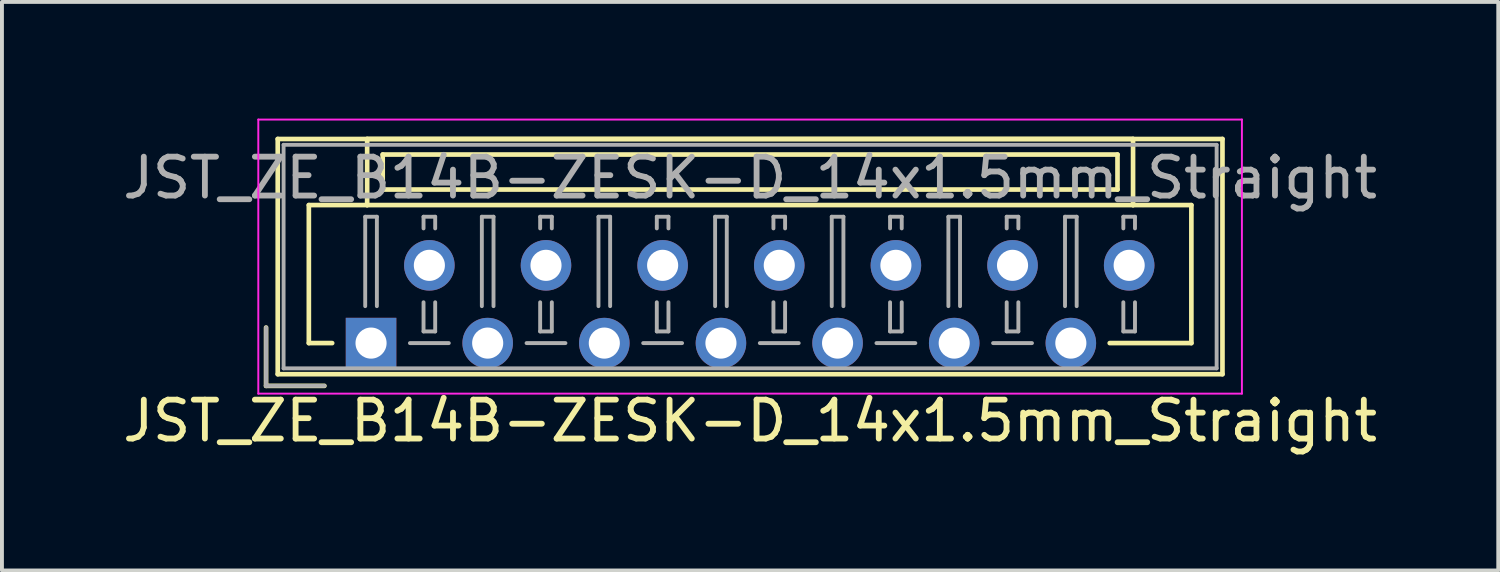
<source format=kicad_pcb>
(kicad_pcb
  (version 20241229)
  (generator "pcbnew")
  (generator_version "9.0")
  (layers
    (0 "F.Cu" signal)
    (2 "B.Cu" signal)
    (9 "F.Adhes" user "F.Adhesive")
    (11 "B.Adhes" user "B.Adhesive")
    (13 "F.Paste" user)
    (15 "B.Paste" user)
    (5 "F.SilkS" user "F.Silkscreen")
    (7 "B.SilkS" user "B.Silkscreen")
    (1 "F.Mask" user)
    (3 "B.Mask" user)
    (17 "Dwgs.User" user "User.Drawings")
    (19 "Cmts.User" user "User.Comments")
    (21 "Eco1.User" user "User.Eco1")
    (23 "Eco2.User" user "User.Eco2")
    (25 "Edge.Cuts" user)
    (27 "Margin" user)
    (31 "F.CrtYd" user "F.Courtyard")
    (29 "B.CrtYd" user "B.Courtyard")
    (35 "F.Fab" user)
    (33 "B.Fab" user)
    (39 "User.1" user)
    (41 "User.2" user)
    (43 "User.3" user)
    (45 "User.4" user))
  (footprint "JST_ZE_B14B-ZESK-D_14x1.5mm_Straight"
    (layer "F.Cu")
    (at 6.494 5.775)
    (property "Reference" "JST_ZE_B14B-ZESK-D_14x1.5mm_Straight" (at 9.75 2 0) (layer "F.SilkS") (effects (font (size 1 1) (thickness 0.15))))
    (attr through_hole)
    (fp_line (start -2.7 -0.4) (end -2.7 1.1) (stroke (width 0.12) (type solid)) (layer "F.SilkS"))
    (fp_line (start -2.7 1.1) (end -1.2 1.1) (stroke (width 0.12) (type solid)) (layer "F.SilkS"))
    (fp_line (start -2.4 -5.25) (end -2.4 0.8) (stroke (width 0.12) (type solid)) (layer "F.SilkS"))
    (fp_line (start -2.4 0.8) (end 21.9 0.8) (stroke (width 0.12) (type solid)) (layer "F.SilkS"))
    (fp_line (start -1.6 -3.55) (end -1.6 0) (stroke (width 0.12) (type solid)) (layer "F.SilkS"))
    (fp_line (start -1.6 0) (end -1 0) (stroke (width 0.12) (type solid)) (layer "F.SilkS"))
    (fp_line (start -0.1 -5.25) (end -0.1 -3.55) (stroke (width 0.12) (type solid)) (layer "F.SilkS"))
    (fp_line (start -0.1 -3.55) (end -1.6 -3.55) (stroke (width 0.12) (type solid)) (layer "F.SilkS"))
    (fp_line (start -0.1 -3.55) (end 19.6 -3.55) (stroke (width 0.12) (type solid)) (layer "F.SilkS"))
    (fp_line (start 0.3 -4.85) (end 0.3 -3.95) (stroke (width 0.12) (type solid)) (layer "F.SilkS"))
    (fp_line (start 0.3 -3.95) (end 19.2 -3.95) (stroke (width 0.12) (type solid)) (layer "F.SilkS"))
    (fp_line (start 19.2 -4.85) (end 0.3 -4.85) (stroke (width 0.12) (type solid)) (layer "F.SilkS"))
    (fp_line (start 19.2 -3.95) (end 19.2 -4.85) (stroke (width 0.12) (type solid)) (layer "F.SilkS"))
    (fp_line (start 19.6 -5.25) (end -0.1 -5.25) (stroke (width 0.12) (type solid)) (layer "F.SilkS"))
    (fp_line (start 19.6 -3.55) (end 19.6 -5.25) (stroke (width 0.12) (type solid)) (layer "F.SilkS"))
    (fp_line (start 19.6 -3.55) (end 21.1 -3.55) (stroke (width 0.12) (type solid)) (layer "F.SilkS"))
    (fp_line (start 21.1 -3.55) (end 21.1 0) (stroke (width 0.12) (type solid)) (layer "F.SilkS"))
    (fp_line (start 21.1 0) (end 19 0) (stroke (width 0.12) (type solid)) (layer "F.SilkS"))
    (fp_line (start 21.9 -5.25) (end -2.4 -5.25) (stroke (width 0.12) (type solid)) (layer "F.SilkS"))
    (fp_line (start 21.9 0.8) (end 21.9 -5.25) (stroke (width 0.12) (type solid)) (layer "F.SilkS"))
    (fp_line (start -2.9 -5.75) (end -2.9 1.3) (stroke (width 0.05) (type solid)) (layer "F.CrtYd"))
    (fp_line (start -2.9 1.3) (end 22.4 1.3) (stroke (width 0.05) (type solid)) (layer "F.CrtYd"))
    (fp_line (start 22.4 -5.75) (end -2.9 -5.75) (stroke (width 0.05) (type solid)) (layer "F.CrtYd"))
    (fp_line (start 22.4 1.3) (end 22.4 -5.75) (stroke (width 0.05) (type solid)) (layer "F.CrtYd"))
    (fp_line (start -2.7 -0.4) (end -2.7 1.1) (stroke (width 0.1) (type solid)) (layer "F.Fab"))
    (fp_line (start -2.7 1.1) (end -1.2 1.1) (stroke (width 0.1) (type solid)) (layer "F.Fab"))
    (fp_line (start -2.25 -5.1) (end -2.25 0.65) (stroke (width 0.1) (type solid)) (layer "F.Fab"))
    (fp_line (start -2.25 0.65) (end 21.75 0.65) (stroke (width 0.1) (type solid)) (layer "F.Fab"))
    (fp_line (start -0.15 -3.25) (end 0.15 -3.25) (stroke (width 0.1) (type solid)) (layer "F.Fab"))
    (fp_line (start -0.15 -0.95) (end -0.15 -3.25) (stroke (width 0.1) (type solid)) (layer "F.Fab"))
    (fp_line (start 0.15 -3.25) (end 0.15 -0.95) (stroke (width 0.1) (type solid)) (layer "F.Fab"))
    (fp_line (start 1 0) (end 2 0) (stroke (width 0.1) (type solid)) (layer "F.Fab"))
    (fp_line (start 1.35 -3.25) (end 1.65 -3.25) (stroke (width 0.1) (type solid)) (layer "F.Fab"))
    (fp_line (start 1.35 -2.95) (end 1.35 -3.25) (stroke (width 0.1) (type solid)) (layer "F.Fab"))
    (fp_line (start 1.35 -1.05) (end 1.35 -0.3) (stroke (width 0.1) (type solid)) (layer "F.Fab"))
    (fp_line (start 1.35 -0.3) (end 1.65 -0.3) (stroke (width 0.1) (type solid)) (layer "F.Fab"))
    (fp_line (start 1.65 -3.25) (end 1.65 -2.95) (stroke (width 0.1) (type solid)) (layer "F.Fab"))
    (fp_line (start 1.65 -0.3) (end 1.65 -1.05) (stroke (width 0.1) (type solid)) (layer "F.Fab"))
    (fp_line (start 2.85 -3.25) (end 3.15 -3.25) (stroke (width 0.1) (type solid)) (layer "F.Fab"))
    (fp_line (start 2.85 -0.95) (end 2.85 -3.25) (stroke (width 0.1) (type solid)) (layer "F.Fab"))
    (fp_line (start 3.15 -3.25) (end 3.15 -0.95) (stroke (width 0.1) (type solid)) (layer "F.Fab"))
    (fp_line (start 4 0) (end 5 0) (stroke (width 0.1) (type solid)) (layer "F.Fab"))
    (fp_line (start 4.35 -3.25) (end 4.65 -3.25) (stroke (width 0.1) (type solid)) (layer "F.Fab"))
    (fp_line (start 4.35 -2.95) (end 4.35 -3.25) (stroke (width 0.1) (type solid)) (layer "F.Fab"))
    (fp_line (start 4.35 -1.05) (end 4.35 -0.3) (stroke (width 0.1) (type solid)) (layer "F.Fab"))
    (fp_line (start 4.35 -0.3) (end 4.65 -0.3) (stroke (width 0.1) (type solid)) (layer "F.Fab"))
    (fp_line (start 4.65 -3.25) (end 4.65 -2.95) (stroke (width 0.1) (type solid)) (layer "F.Fab"))
    (fp_line (start 4.65 -0.3) (end 4.65 -1.05) (stroke (width 0.1) (type solid)) (layer "F.Fab"))
    (fp_line (start 5.85 -3.25) (end 6.15 -3.25) (stroke (width 0.1) (type solid)) (layer "F.Fab"))
    (fp_line (start 5.85 -0.95) (end 5.85 -3.25) (stroke (width 0.1) (type solid)) (layer "F.Fab"))
    (fp_line (start 6.15 -3.25) (end 6.15 -0.95) (stroke (width 0.1) (type solid)) (layer "F.Fab"))
    (fp_line (start 7 0) (end 8 0) (stroke (width 0.1) (type solid)) (layer "F.Fab"))
    (fp_line (start 7.35 -3.25) (end 7.65 -3.25) (stroke (width 0.1) (type solid)) (layer "F.Fab"))
    (fp_line (start 7.35 -2.95) (end 7.35 -3.25) (stroke (width 0.1) (type solid)) (layer "F.Fab"))
    (fp_line (start 7.35 -1.05) (end 7.35 -0.3) (stroke (width 0.1) (type solid)) (layer "F.Fab"))
    (fp_line (start 7.35 -0.3) (end 7.65 -0.3) (stroke (width 0.1) (type solid)) (layer "F.Fab"))
    (fp_line (start 7.65 -3.25) (end 7.65 -2.95) (stroke (width 0.1) (type solid)) (layer "F.Fab"))
    (fp_line (start 7.65 -0.3) (end 7.65 -1.05) (stroke (width 0.1) (type solid)) (layer "F.Fab"))
    (fp_line (start 8.85 -3.25) (end 9.15 -3.25) (stroke (width 0.1) (type solid)) (layer "F.Fab"))
    (fp_line (start 8.85 -0.95) (end 8.85 -3.25) (stroke (width 0.1) (type solid)) (layer "F.Fab"))
    (fp_line (start 9.15 -3.25) (end 9.15 -0.95) (stroke (width 0.1) (type solid)) (layer "F.Fab"))
    (fp_line (start 10 0) (end 11 0) (stroke (width 0.1) (type solid)) (layer "F.Fab"))
    (fp_line (start 10.35 -3.25) (end 10.65 -3.25) (stroke (width 0.1) (type solid)) (layer "F.Fab"))
    (fp_line (start 10.35 -2.95) (end 10.35 -3.25) (stroke (width 0.1) (type solid)) (layer "F.Fab"))
    (fp_line (start 10.35 -1.05) (end 10.35 -0.3) (stroke (width 0.1) (type solid)) (layer "F.Fab"))
    (fp_line (start 10.35 -0.3) (end 10.65 -0.3) (stroke (width 0.1) (type solid)) (layer "F.Fab"))
    (fp_line (start 10.65 -3.25) (end 10.65 -2.95) (stroke (width 0.1) (type solid)) (layer "F.Fab"))
    (fp_line (start 10.65 -0.3) (end 10.65 -1.05) (stroke (width 0.1) (type solid)) (layer "F.Fab"))
    (fp_line (start 11.85 -3.25) (end 12.15 -3.25) (stroke (width 0.1) (type solid)) (layer "F.Fab"))
    (fp_line (start 11.85 -0.95) (end 11.85 -3.25) (stroke (width 0.1) (type solid)) (layer "F.Fab"))
    (fp_line (start 12.15 -3.25) (end 12.15 -0.95) (stroke (width 0.1) (type solid)) (layer "F.Fab"))
    (fp_line (start 13 0) (end 14 0) (stroke (width 0.1) (type solid)) (layer "F.Fab"))
    (fp_line (start 13.35 -3.25) (end 13.65 -3.25) (stroke (width 0.1) (type solid)) (layer "F.Fab"))
    (fp_line (start 13.35 -2.95) (end 13.35 -3.25) (stroke (width 0.1) (type solid)) (layer "F.Fab"))
    (fp_line (start 13.35 -1.05) (end 13.35 -0.3) (stroke (width 0.1) (type solid)) (layer "F.Fab"))
    (fp_line (start 13.35 -0.3) (end 13.65 -0.3) (stroke (width 0.1) (type solid)) (layer "F.Fab"))
    (fp_line (start 13.65 -3.25) (end 13.65 -2.95) (stroke (width 0.1) (type solid)) (layer "F.Fab"))
    (fp_line (start 13.65 -0.3) (end 13.65 -1.05) (stroke (width 0.1) (type solid)) (layer "F.Fab"))
    (fp_line (start 14.85 -3.25) (end 15.15 -3.25) (stroke (width 0.1) (type solid)) (layer "F.Fab"))
    (fp_line (start 14.85 -0.95) (end 14.85 -3.25) (stroke (width 0.1) (type solid)) (layer "F.Fab"))
    (fp_line (start 15.15 -3.25) (end 15.15 -0.95) (stroke (width 0.1) (type solid)) (layer "F.Fab"))
    (fp_line (start 16 0) (end 17 0) (stroke (width 0.1) (type solid)) (layer "F.Fab"))
    (fp_line (start 16.35 -3.25) (end 16.65 -3.25) (stroke (width 0.1) (type solid)) (layer "F.Fab"))
    (fp_line (start 16.35 -2.95) (end 16.35 -3.25) (stroke (width 0.1) (type solid)) (layer "F.Fab"))
    (fp_line (start 16.35 -1.05) (end 16.35 -0.3) (stroke (width 0.1) (type solid)) (layer "F.Fab"))
    (fp_line (start 16.35 -0.3) (end 16.65 -0.3) (stroke (width 0.1) (type solid)) (layer "F.Fab"))
    (fp_line (start 16.65 -3.25) (end 16.65 -2.95) (stroke (width 0.1) (type solid)) (layer "F.Fab"))
    (fp_line (start 16.65 -0.3) (end 16.65 -1.05) (stroke (width 0.1) (type solid)) (layer "F.Fab"))
    (fp_line (start 17.85 -3.25) (end 18.15 -3.25) (stroke (width 0.1) (type solid)) (layer "F.Fab"))
    (fp_line (start 17.85 -0.95) (end 17.85 -3.25) (stroke (width 0.1) (type solid)) (layer "F.Fab"))
    (fp_line (start 18.15 -3.25) (end 18.15 -0.95) (stroke (width 0.1) (type solid)) (layer "F.Fab"))
    (fp_line (start 19.35 -3.25) (end 19.65 -3.25) (stroke (width 0.1) (type solid)) (layer "F.Fab"))
    (fp_line (start 19.35 -2.95) (end 19.35 -3.25) (stroke (width 0.1) (type solid)) (layer "F.Fab"))
    (fp_line (start 19.35 -1.05) (end 19.35 -0.3) (stroke (width 0.1) (type solid)) (layer "F.Fab"))
    (fp_line (start 19.35 -0.3) (end 19.65 -0.3) (stroke (width 0.1) (type solid)) (layer "F.Fab"))
    (fp_line (start 19.65 -3.25) (end 19.65 -2.95) (stroke (width 0.1) (type solid)) (layer "F.Fab"))
    (fp_line (start 19.65 -0.3) (end 19.65 -1.05) (stroke (width 0.1) (type solid)) (layer "F.Fab"))
    (fp_line (start 21.75 -5.1) (end -2.25 -5.1) (stroke (width 0.1) (type solid)) (layer "F.Fab"))
    (fp_line (start 21.75 0.65) (end 21.75 -5.1) (stroke (width 0.1) (type solid)) (layer "F.Fab"))
    (fp_text user "${REFERENCE}" (at 9.75 -4.25 0) (layer "F.Fab") (effects (font (size 1 1) (thickness 0.15))))
    (pad "1" thru_hole rect (at 0 0) (size 1.3 1.3) (drill 0.8) (layers "*.Cu" "*.Mask"))
    (pad "2" thru_hole circle (at 1.5 -2) (size 1.3 1.3) (drill 0.8) (layers "*.Cu" "*.Mask"))
    (pad "3" thru_hole circle (at 3 0) (size 1.3 1.3) (drill 0.8) (layers "*.Cu" "*.Mask"))
    (pad "4" thru_hole circle (at 4.5 -2) (size 1.3 1.3) (drill 0.8) (layers "*.Cu" "*.Mask"))
    (pad "5" thru_hole circle (at 6 0) (size 1.3 1.3) (drill 0.8) (layers "*.Cu" "*.Mask"))
    (pad "6" thru_hole circle (at 7.5 -2) (size 1.3 1.3) (drill 0.8) (layers "*.Cu" "*.Mask"))
    (pad "7" thru_hole circle (at 9 0) (size 1.3 1.3) (drill 0.8) (layers "*.Cu" "*.Mask"))
    (pad "8" thru_hole circle (at 10.5 -2) (size 1.3 1.3) (drill 0.8) (layers "*.Cu" "*.Mask"))
    (pad "9" thru_hole circle (at 12 0) (size 1.3 1.3) (drill 0.8) (layers "*.Cu" "*.Mask"))
    (pad "10" thru_hole circle (at 13.5 -2) (size 1.3 1.3) (drill 0.8) (layers "*.Cu" "*.Mask"))
    (pad "11" thru_hole circle (at 15 0) (size 1.3 1.3) (drill 0.8) (layers "*.Cu" "*.Mask"))
    (pad "12" thru_hole circle (at 16.5 -2) (size 1.3 1.3) (drill 0.8) (layers "*.Cu" "*.Mask"))
    (pad "13" thru_hole circle (at 18 0) (size 1.3 1.3) (drill 0.8) (layers "*.Cu" "*.Mask"))
    (pad "14" thru_hole circle (at 19.5 -2) (size 1.3 1.3) (drill 0.8) (layers "*.Cu" "*.Mask")))
  (gr_rect
    (start -3 -3)
    (end 35.488 11.623)
    (stroke (width 0.1) (type default))
    (fill no)
    (layer "Edge.Cuts")))
</source>
